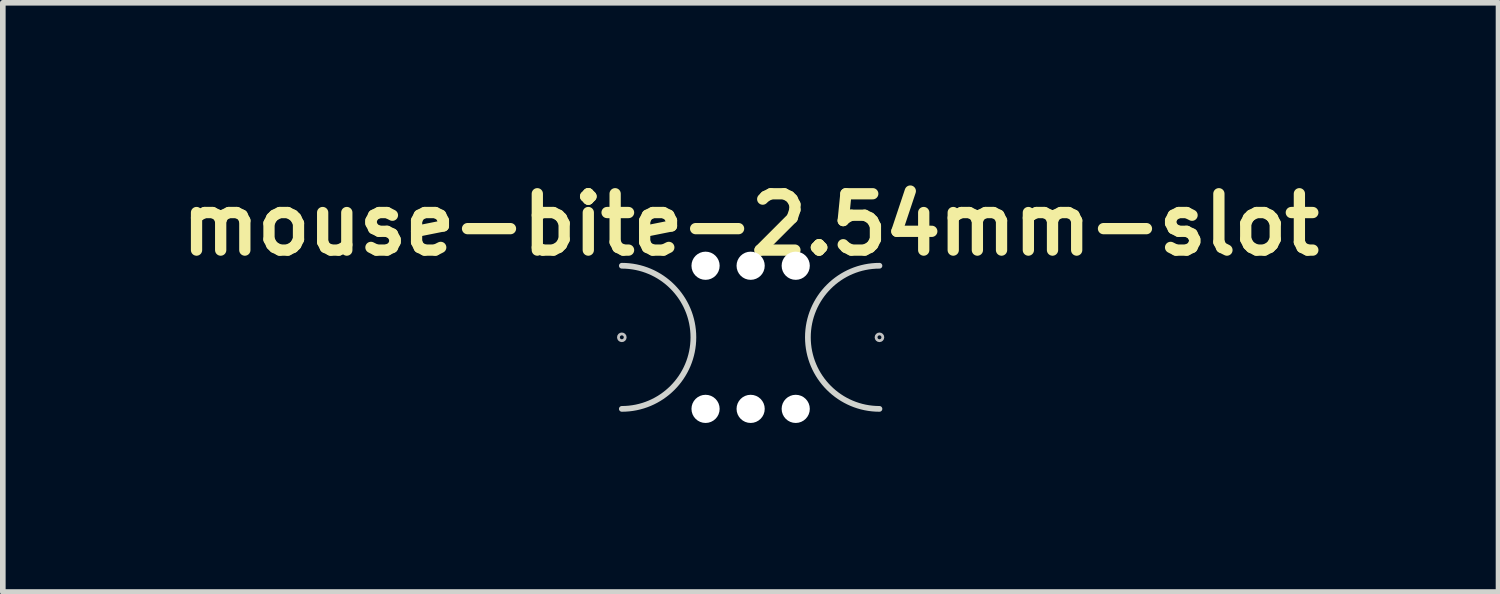
<source format=kicad_pcb>
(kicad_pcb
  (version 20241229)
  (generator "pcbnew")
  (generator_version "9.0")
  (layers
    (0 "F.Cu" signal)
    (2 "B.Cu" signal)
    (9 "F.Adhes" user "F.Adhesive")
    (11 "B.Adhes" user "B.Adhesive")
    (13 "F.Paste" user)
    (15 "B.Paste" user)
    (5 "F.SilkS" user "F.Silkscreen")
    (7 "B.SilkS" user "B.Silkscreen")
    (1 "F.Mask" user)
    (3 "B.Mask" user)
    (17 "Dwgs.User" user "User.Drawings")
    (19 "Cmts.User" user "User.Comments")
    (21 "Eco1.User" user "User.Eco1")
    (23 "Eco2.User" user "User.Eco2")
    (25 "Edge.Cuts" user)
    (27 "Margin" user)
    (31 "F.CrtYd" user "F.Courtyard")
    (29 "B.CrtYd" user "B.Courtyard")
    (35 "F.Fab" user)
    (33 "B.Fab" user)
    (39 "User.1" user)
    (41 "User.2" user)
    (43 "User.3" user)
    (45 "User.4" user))
  (footprint "mouse-bite-2.54mm-slot"
    (layer "F.Cu")
    (at 10.271 2.936)
    (property "Reference" "mouse-bite-2.54mm-slot" (at 0 -2 0) (layer "F.SilkS") (effects (font (size 1 1) (thickness 0.2))))
    (attr through_hole)
    (fp_circle (center -2.286 0) (end -2.226 0) (stroke (width 0.05) (type solid)) (fill no) (layer "Dwgs.User"))
    (fp_circle (center 2.286 0) (end 2.346 0) (stroke (width 0.05) (type solid)) (fill no) (layer "Dwgs.User"))
    (fp_arc (start -2.286 -1.27) (mid -1.016 0) (end -2.286 1.27) (stroke (width 0.1016) (type solid)) (layer "Edge.Cuts"))
    (fp_arc (start 2.286 1.27) (mid 1.016 0) (end 2.286 -1.27) (stroke (width 0.1016) (type solid)) (layer "Edge.Cuts"))
    (pad "" np_thru_hole circle (at -0.8 -1.27) (size 0.5 0.5) (drill 0.5) (layers "*.Cu" "*.Mask"))
    (pad "" np_thru_hole circle (at -0.8 1.27) (size 0.5 0.5) (drill 0.5) (layers "*.Cu" "*.Mask"))
    (pad "" np_thru_hole circle (at 0 -1.27) (size 0.5 0.5) (drill 0.5) (layers "*.Cu" "*.Mask"))
    (pad "" np_thru_hole circle (at 0 1.27) (size 0.5 0.5) (drill 0.5) (layers "*.Cu" "*.Mask"))
    (pad "" np_thru_hole circle (at 0.8 -1.27) (size 0.5 0.5) (drill 0.5) (layers "*.Cu" "*.Mask"))
    (pad "" np_thru_hole circle (at 0.8 1.27) (size 0.5 0.5) (drill 0.5) (layers "*.Cu" "*.Mask")))
  (gr_rect
    (start -3 -3)
    (end 23.543 7.456)
    (stroke (width 0.1) (type default))
    (fill no)
    (layer "Edge.Cuts")))
</source>
